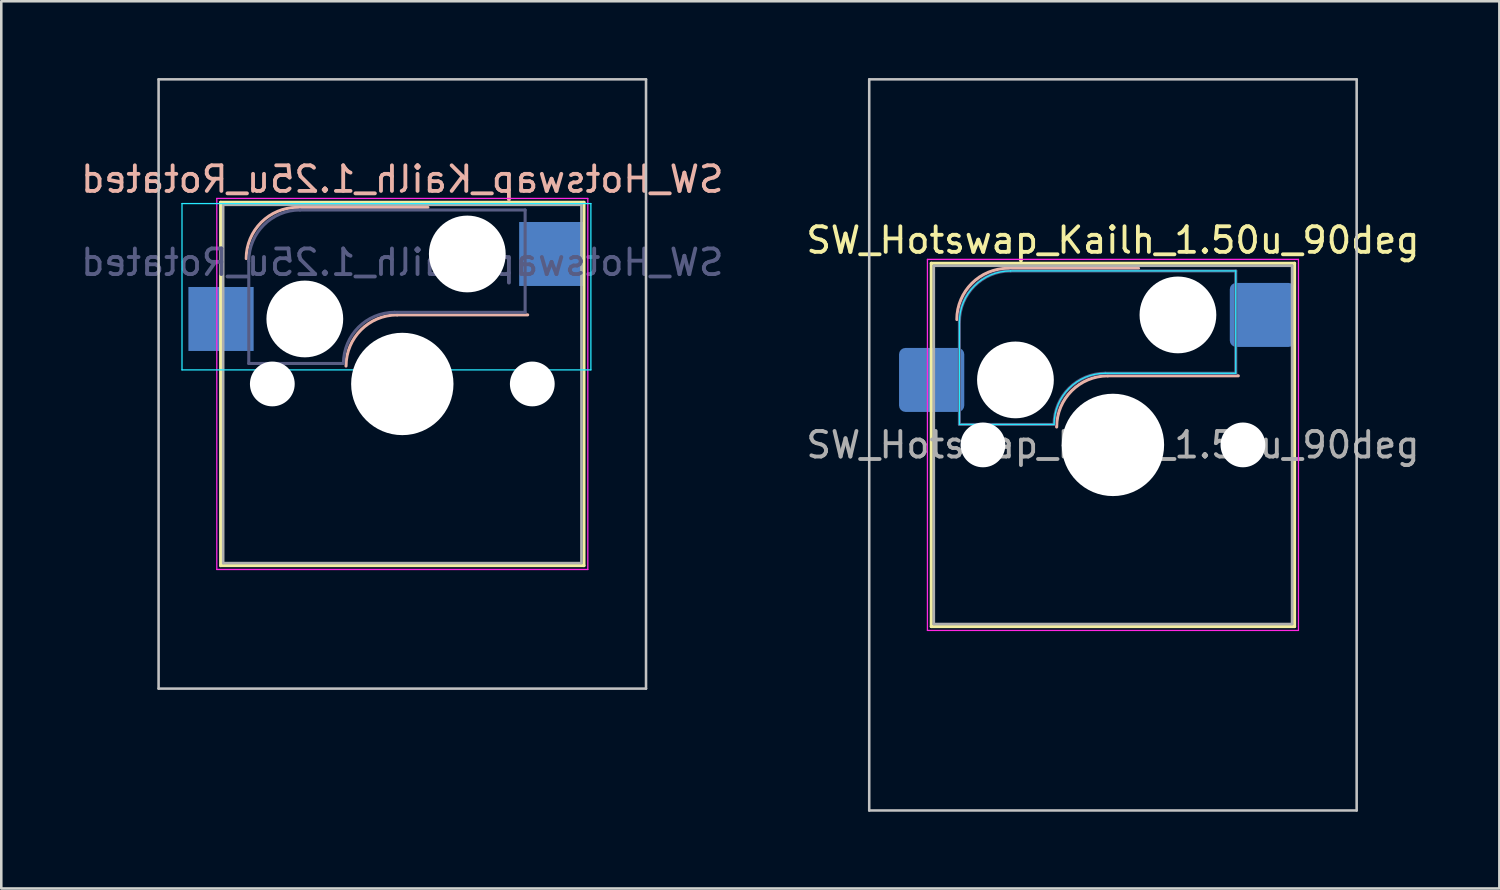
<source format=kicad_pcb>
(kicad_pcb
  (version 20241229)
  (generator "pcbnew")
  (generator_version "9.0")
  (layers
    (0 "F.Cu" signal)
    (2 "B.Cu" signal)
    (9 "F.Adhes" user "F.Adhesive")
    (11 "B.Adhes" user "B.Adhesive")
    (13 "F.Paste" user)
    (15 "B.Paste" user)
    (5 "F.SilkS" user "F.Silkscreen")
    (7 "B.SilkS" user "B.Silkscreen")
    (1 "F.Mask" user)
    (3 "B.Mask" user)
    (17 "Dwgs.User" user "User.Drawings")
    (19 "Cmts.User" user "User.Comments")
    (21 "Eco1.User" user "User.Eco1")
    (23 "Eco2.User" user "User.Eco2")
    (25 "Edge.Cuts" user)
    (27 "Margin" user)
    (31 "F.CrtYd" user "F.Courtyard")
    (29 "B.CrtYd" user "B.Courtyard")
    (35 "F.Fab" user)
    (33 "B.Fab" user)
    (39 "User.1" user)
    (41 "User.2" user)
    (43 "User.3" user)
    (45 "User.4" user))
  (footprint "SW_Hotswap_Kailh_1.50u_90deg"
    (layer "F.Cu")
    (at 40.446 14.338)
    (property "Reference" "SW_Hotswap_Kailh_1.50u_90deg" (at 0 -8 0) (layer "F.SilkS") (effects (font (size 1 1) (thickness 0.15))))
    (attr smd)
    (fp_line (start -7.1 -7.1) (end -7.1 7.1) (stroke (width 0.12) (type solid)) (layer "F.SilkS"))
    (fp_line (start -7.1 7.1) (end 7.1 7.1) (stroke (width 0.12) (type solid)) (layer "F.SilkS"))
    (fp_line (start 7.1 -7.1) (end -7.1 -7.1) (stroke (width 0.12) (type solid)) (layer "F.SilkS"))
    (fp_line (start 7.1 7.1) (end 7.1 -7.1) (stroke (width 0.12) (type solid)) (layer "F.SilkS"))
    (fp_line (start -4.1 -6.9) (end 1 -6.9) (stroke (width 0.12) (type solid)) (layer "B.SilkS"))
    (fp_line (start -0.2 -2.7) (end 4.9 -2.7) (stroke (width 0.12) (type solid)) (layer "B.SilkS"))
    (fp_arc (start -6.1 -4.9) (mid -5.514214 -6.314214) (end -4.1 -6.9) (stroke (width 0.12) (type solid)) (layer "B.SilkS"))
    (fp_arc (start -2.2 -0.7) (mid -1.614214 -2.114214) (end -0.2 -2.7) (stroke (width 0.12) (type solid)) (layer "B.SilkS"))
    (fp_line (start -9.525 -14.287) (end 9.525 -14.287) (stroke (width 0.1) (type solid)) (layer "Dwgs.User"))
    (fp_line (start -9.525 14.287) (end -9.525 -14.287) (stroke (width 0.1) (type solid)) (layer "Dwgs.User"))
    (fp_line (start 9.525 -14.287) (end 9.525 14.287) (stroke (width 0.1) (type solid)) (layer "Dwgs.User"))
    (fp_line (start 9.525 14.287) (end -9.525 14.287) (stroke (width 0.1) (type solid)) (layer "Dwgs.User"))
    (fp_line (start -7.8 -6) (end -7 -6) (stroke (width 0.1) (type solid)) (layer "Eco1.User"))
    (fp_line (start -7.8 -2.9) (end -7.8 -6) (stroke (width 0.1) (type solid)) (layer "Eco1.User"))
    (fp_line (start -7.8 2.9) (end -7 2.9) (stroke (width 0.1) (type solid)) (layer "Eco1.User"))
    (fp_line (start -7.8 6) (end -7.8 2.9) (stroke (width 0.1) (type solid)) (layer "Eco1.User"))
    (fp_line (start -7 -7) (end 7 -7) (stroke (width 0.1) (type solid)) (layer "Eco1.User"))
    (fp_line (start -7 -6) (end -7 -7) (stroke (width 0.1) (type solid)) (layer "Eco1.User"))
    (fp_line (start -7 -2.9) (end -7.8 -2.9) (stroke (width 0.1) (type solid)) (layer "Eco1.User"))
    (fp_line (start -7 2.9) (end -7 -2.9) (stroke (width 0.1) (type solid)) (layer "Eco1.User"))
    (fp_line (start -7 6) (end -7.8 6) (stroke (width 0.1) (type solid)) (layer "Eco1.User"))
    (fp_line (start -7 7) (end -7 6) (stroke (width 0.1) (type solid)) (layer "Eco1.User"))
    (fp_line (start 7 -7) (end 7 -6) (stroke (width 0.1) (type solid)) (layer "Eco1.User"))
    (fp_line (start 7 -6) (end 7.8 -6) (stroke (width 0.1) (type solid)) (layer "Eco1.User"))
    (fp_line (start 7 -2.9) (end 7 2.9) (stroke (width 0.1) (type solid)) (layer "Eco1.User"))
    (fp_line (start 7 2.9) (end 7.8 2.9) (stroke (width 0.1) (type solid)) (layer "Eco1.User"))
    (fp_line (start 7 6) (end 7 7) (stroke (width 0.1) (type solid)) (layer "Eco1.User"))
    (fp_line (start 7 7) (end -7 7) (stroke (width 0.1) (type solid)) (layer "Eco1.User"))
    (fp_line (start 7.8 -6) (end 7.8 -2.9) (stroke (width 0.1) (type solid)) (layer "Eco1.User"))
    (fp_line (start 7.8 -2.9) (end 7 -2.9) (stroke (width 0.1) (type solid)) (layer "Eco1.User"))
    (fp_line (start 7.8 2.9) (end 7.8 6) (stroke (width 0.1) (type solid)) (layer "Eco1.User"))
    (fp_line (start 7.8 6) (end 7 6) (stroke (width 0.1) (type solid)) (layer "Eco1.User"))
    (fp_line (start -6 -0.8) (end -6 -4.8) (stroke (width 0.05) (type solid)) (layer "B.CrtYd"))
    (fp_line (start -6 -0.8) (end -2.3 -0.8) (stroke (width 0.05) (type solid)) (layer "B.CrtYd"))
    (fp_line (start -4 -6.8) (end 4.8 -6.8) (stroke (width 0.05) (type solid)) (layer "B.CrtYd"))
    (fp_line (start -0.3 -2.8) (end 4.8 -2.8) (stroke (width 0.05) (type solid)) (layer "B.CrtYd"))
    (fp_line (start 4.8 -6.8) (end 4.8 -2.8) (stroke (width 0.05) (type solid)) (layer "B.CrtYd"))
    (fp_arc (start -6 -4.8) (mid -5.414214 -6.214214) (end -4 -6.8) (stroke (width 0.05) (type solid)) (layer "B.CrtYd"))
    (fp_arc (start -2.3 -0.8) (mid -1.714214 -2.214214) (end -0.3 -2.8) (stroke (width 0.05) (type solid)) (layer "B.CrtYd"))
    (fp_line (start -7.25 -7.25) (end -7.25 7.25) (stroke (width 0.05) (type solid)) (layer "F.CrtYd"))
    (fp_line (start -7.25 7.25) (end 7.25 7.25) (stroke (width 0.05) (type solid)) (layer "F.CrtYd"))
    (fp_line (start 7.25 -7.25) (end -7.25 -7.25) (stroke (width 0.05) (type solid)) (layer "F.CrtYd"))
    (fp_line (start 7.25 7.25) (end 7.25 -7.25) (stroke (width 0.05) (type solid)) (layer "F.CrtYd"))
    (fp_line (start -6 -0.8) (end -6 -4.8) (stroke (width 0.12) (type solid)) (layer "B.Fab"))
    (fp_line (start -6 -0.8) (end -2.3 -0.8) (stroke (width 0.12) (type solid)) (layer "B.Fab"))
    (fp_line (start -4 -6.8) (end 4.8 -6.8) (stroke (width 0.12) (type solid)) (layer "B.Fab"))
    (fp_line (start -0.3 -2.8) (end 4.8 -2.8) (stroke (width 0.12) (type solid)) (layer "B.Fab"))
    (fp_line (start 4.8 -6.8) (end 4.8 -2.8) (stroke (width 0.12) (type solid)) (layer "B.Fab"))
    (fp_arc (start -6 -4.8) (mid -5.414214 -6.214214) (end -4 -6.8) (stroke (width 0.12) (type solid)) (layer "B.Fab"))
    (fp_arc (start -2.3 -0.8) (mid -1.714214 -2.214214) (end -0.3 -2.8) (stroke (width 0.12) (type solid)) (layer "B.Fab"))
    (fp_line (start -7 -7) (end -7 7) (stroke (width 0.1) (type solid)) (layer "F.Fab"))
    (fp_line (start -7 7) (end 7 7) (stroke (width 0.1) (type solid)) (layer "F.Fab"))
    (fp_line (start 7 -7) (end -7 -7) (stroke (width 0.1) (type solid)) (layer "F.Fab"))
    (fp_line (start 7 7) (end 7 -7) (stroke (width 0.1) (type solid)) (layer "F.Fab"))
    (fp_text user "${REFERENCE}" (at 0 0 0) (layer "F.Fab") (effects (font (size 1 1) (thickness 0.15))))
    (pad "" np_thru_hole circle (at -5.08 0) (size 1.75 1.75) (drill 1.75) (layers "*.Cu" "*.Mask"))
    (pad "" np_thru_hole circle (at -3.81 -2.54) (size 3 3) (drill 3) (layers "*.Cu" "*.Mask"))
    (pad "" np_thru_hole circle (at 0 0) (size 4 4) (drill 4) (layers "*.Cu" "*.Mask"))
    (pad "" np_thru_hole circle (at 2.54 -5.08) (size 3 3) (drill 3) (layers "*.Cu" "*.Mask"))
    (pad "" np_thru_hole circle (at 5.08 0) (size 1.75 1.75) (drill 1.75) (layers "*.Cu" "*.Mask"))
    (pad "1" smd roundrect (at -7.085 -2.54) (size 2.55 2.5) (layers "B.Cu" "B.Mask" "B.Paste") (roundrect_rratio 0.1))
    (pad "2" smd roundrect (at 5.842 -5.08) (size 2.55 2.5) (layers "B.Cu" "B.Mask" "B.Paste") (roundrect_rratio 0.1)))
  (footprint "SW_Hotswap_Kailh_1.25u_Rotated"
    (layer "F.Cu")
    (at 12.673 11.956)
    (property "Reference" "SW_Hotswap_Kailh_1.25u_Rotated" (at 0 -8 0) (layer "B.SilkS") (effects (font (size 1 1) (thickness 0.15)) (justify mirror)))
    (attr smd)
    (fp_line (start -7.1 -7.1) (end -7.1 7.1) (stroke (width 0.12) (type solid)) (layer "F.SilkS"))
    (fp_line (start -7.1 7.1) (end 7.1 7.1) (stroke (width 0.12) (type solid)) (layer "F.SilkS"))
    (fp_line (start 7.1 -7.1) (end -7.1 -7.1) (stroke (width 0.12) (type solid)) (layer "F.SilkS"))
    (fp_line (start 7.1 7.1) (end 7.1 -7.1) (stroke (width 0.12) (type solid)) (layer "F.SilkS"))
    (fp_line (start -4.1 -6.9) (end 1 -6.9) (stroke (width 0.12) (type solid)) (layer "B.SilkS"))
    (fp_line (start -0.2 -2.7) (end 4.9 -2.7) (stroke (width 0.12) (type solid)) (layer "B.SilkS"))
    (fp_arc (start -6.1 -4.9) (mid -5.514214 -6.314214) (end -4.1 -6.9) (stroke (width 0.12) (type solid)) (layer "B.SilkS"))
    (fp_arc (start -2.2 -0.7) (mid -1.614214 -2.114214) (end -0.2 -2.7) (stroke (width 0.12) (type solid)) (layer "B.SilkS"))
    (fp_line (start -9.525 -11.906) (end -9.525 11.906) (stroke (width 0.1) (type solid)) (layer "Dwgs.User"))
    (fp_line (start -9.525 11.906) (end 9.525 11.906) (stroke (width 0.1) (type solid)) (layer "Dwgs.User"))
    (fp_line (start 9.525 -11.906) (end -9.525 -11.906) (stroke (width 0.1) (type solid)) (layer "Dwgs.User"))
    (fp_line (start 9.525 11.906) (end 9.525 -11.906) (stroke (width 0.1) (type solid)) (layer "Dwgs.User"))
    (fp_line (start -8.61 -7.05) (end -8.61 -0.55) (stroke (width 0.05) (type solid)) (layer "B.CrtYd"))
    (fp_line (start -8.61 -0.55) (end 7.37 -0.55) (stroke (width 0.05) (type solid)) (layer "B.CrtYd"))
    (fp_line (start 7.37 -7.05) (end -8.61 -7.05) (stroke (width 0.05) (type solid)) (layer "B.CrtYd"))
    (fp_line (start 7.37 -0.55) (end 7.37 -7.05) (stroke (width 0.05) (type solid)) (layer "B.CrtYd"))
    (fp_line (start -7.25 -7.25) (end -7.25 7.25) (stroke (width 0.05) (type solid)) (layer "F.CrtYd"))
    (fp_line (start -7.25 7.25) (end 7.25 7.25) (stroke (width 0.05) (type solid)) (layer "F.CrtYd"))
    (fp_line (start 7.25 -7.25) (end -7.25 -7.25) (stroke (width 0.05) (type solid)) (layer "F.CrtYd"))
    (fp_line (start 7.25 7.25) (end 7.25 -7.25) (stroke (width 0.05) (type solid)) (layer "F.CrtYd"))
    (fp_line (start -6 -0.8) (end -6 -4.8) (stroke (width 0.12) (type solid)) (layer "B.Fab"))
    (fp_line (start -6 -0.8) (end -2.3 -0.8) (stroke (width 0.12) (type solid)) (layer "B.Fab"))
    (fp_line (start -4 -6.8) (end 4.8 -6.8) (stroke (width 0.12) (type solid)) (layer "B.Fab"))
    (fp_line (start -0.3 -2.8) (end 4.8 -2.8) (stroke (width 0.12) (type solid)) (layer "B.Fab"))
    (fp_line (start 4.8 -6.8) (end 4.8 -2.8) (stroke (width 0.12) (type solid)) (layer "B.Fab"))
    (fp_arc (start -6 -4.8) (mid -5.414214 -6.214214) (end -4 -6.8) (stroke (width 0.12) (type solid)) (layer "B.Fab"))
    (fp_arc (start -2.3 -0.8) (mid -1.714214 -2.214214) (end -0.3 -2.8) (stroke (width 0.12) (type solid)) (layer "B.Fab"))
    (fp_line (start -7 -7) (end -7 7) (stroke (width 0.1) (type solid)) (layer "F.Fab"))
    (fp_line (start -7 7) (end 7 7) (stroke (width 0.1) (type solid)) (layer "F.Fab"))
    (fp_line (start 7 -7) (end -7 -7) (stroke (width 0.1) (type solid)) (layer "F.Fab"))
    (fp_line (start 7 7) (end 7 -7) (stroke (width 0.1) (type solid)) (layer "F.Fab"))
    (fp_text user "${REFERENCE}" (at 0 -4.75 0) (layer "B.Fab") (effects (font (size 1 1) (thickness 0.15)) (justify mirror)))
    (pad "" np_thru_hole circle (at -5.08 0) (size 1.75 1.75) (drill 1.75) (layers "*.Cu" "*.Mask"))
    (pad "" np_thru_hole circle (at -3.81 -2.54) (size 3 3) (drill 3) (layers "*.Cu" "*.Mask"))
    (pad "" np_thru_hole circle (at 0 0) (size 4 4) (drill 4) (layers "*.Cu" "*.Mask"))
    (pad "" np_thru_hole circle (at 2.54 -5.08) (size 3 3) (drill 3) (layers "*.Cu" "*.Mask"))
    (pad "" np_thru_hole circle (at 5.08 0) (size 1.75 1.75) (drill 1.75) (layers "*.Cu" "*.Mask"))
    (pad "1" smd rect (at -7.085 -2.54) (size 2.55 2.5) (layers "B.Cu" "B.Mask" "B.Paste"))
    (pad "2" smd rect (at 5.842 -5.08) (size 2.55 2.5) (layers "B.Cu" "B.Mask" "B.Paste")))
  (gr_rect
    (start -3 -3)
    (end 55.548 31.675)
    (stroke (width 0.1) (type default))
    (fill no)
    (layer "Edge.Cuts")))
</source>
